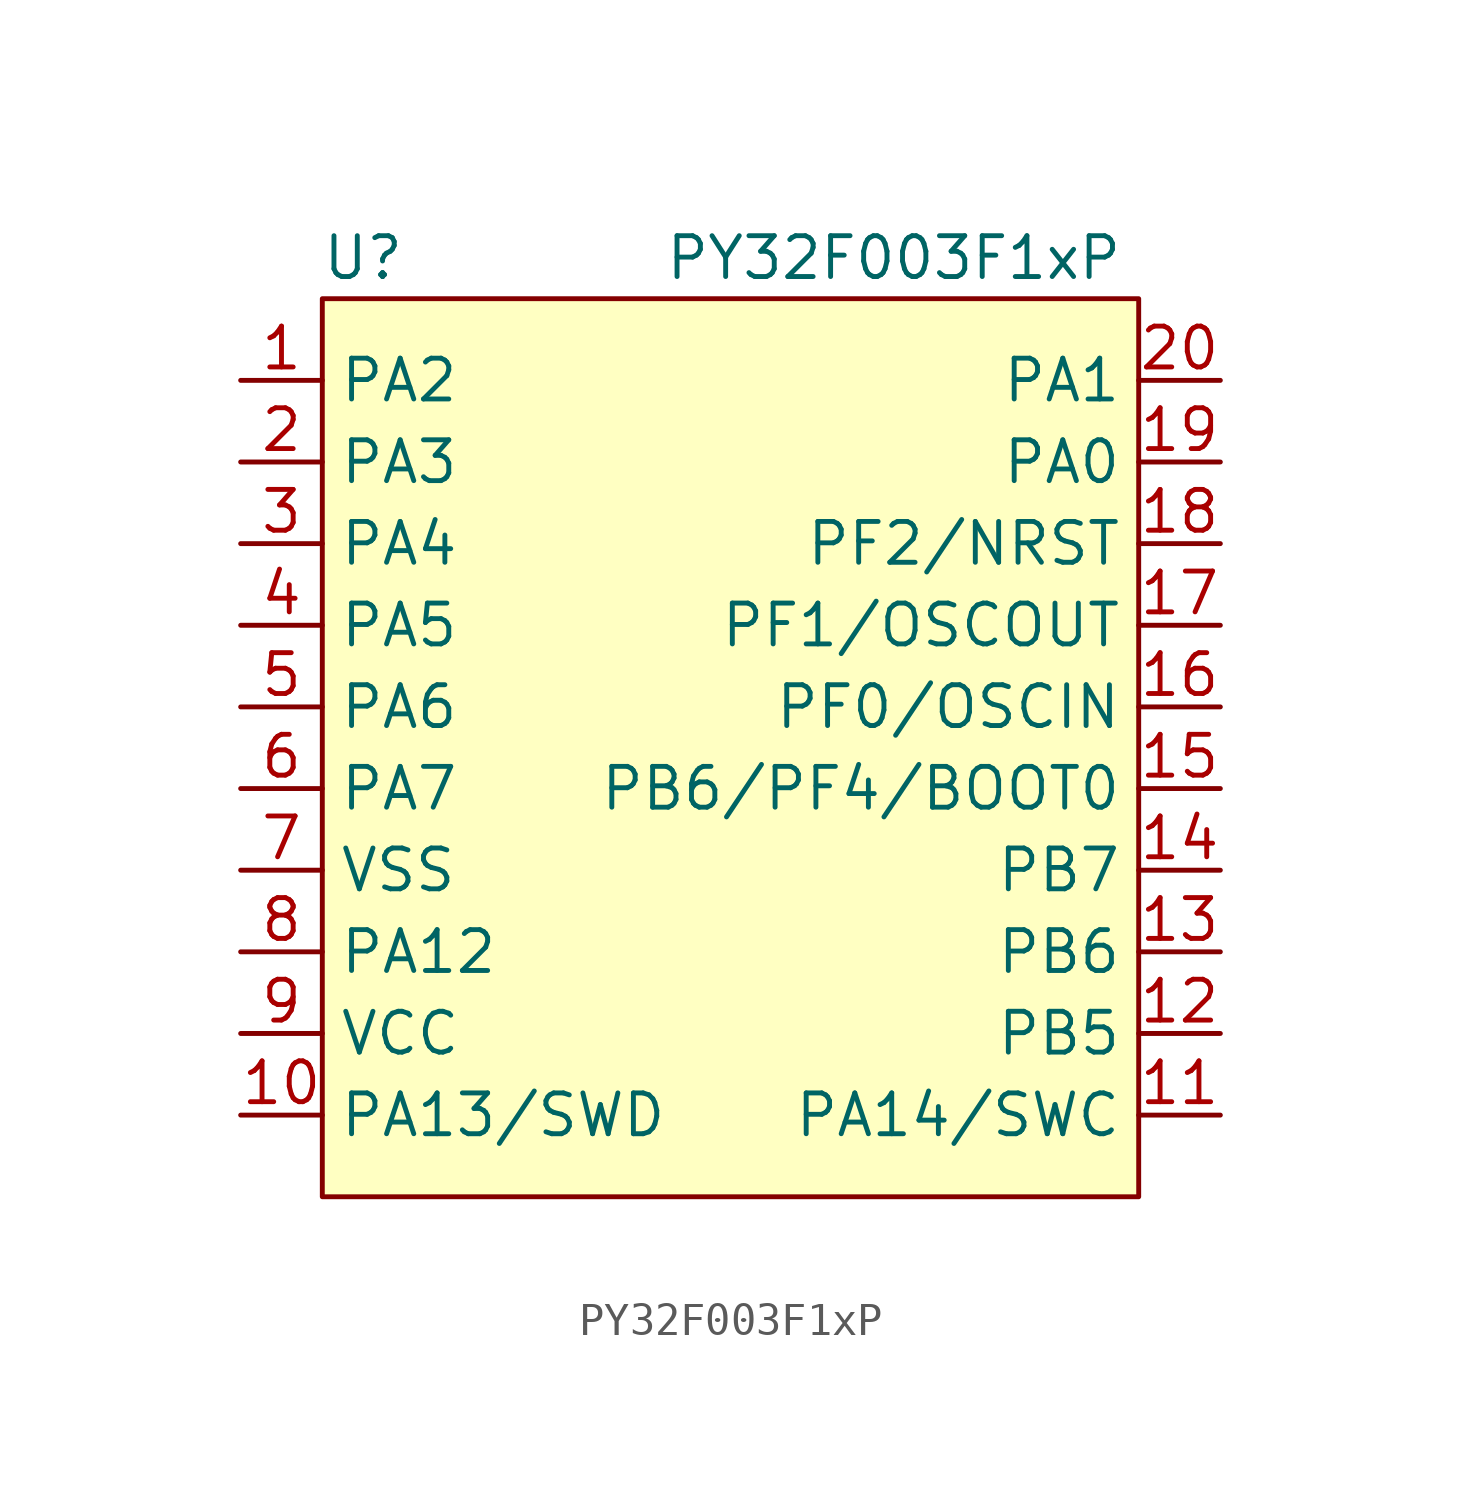
<source format=kicad_sym>
(kicad_symbol_lib
  (version 20220914)
  (generator kicad_symbol_editor)
  (symbol "PY32F003F1xP"
    (property "Reference" "U"
      (at -11.43 15.24 0)
      (effects (font (size 1.27 1.27))))
    (property "Value" "PY32F003F1xP"
      (at 5.08 15.24 0)
      (effects (font (size 1.27 1.27))))
    (symbol "PY32F003F1xP_1_1"
      (rectangle (start -12.7 13.97) (end 12.7 -13.97) (stroke (width 0) (type default)) (fill (type background)))
      (pin bidirectional line (at -15.24 11.43 0) (length 2.54) (name "PA2" (effects (font (size 1.27 1.27)))) (number "1" (effects (font (size 1.27 1.27)))))
      (pin bidirectional line (at -15.24 -11.43 0) (length 2.54) (name "PA13/SWD" (effects (font (size 1.27 1.27)))) (number "10" (effects (font (size 1.27 1.27)))))
      (pin bidirectional line (at 15.24 -11.43 180) (length 2.54) (name "PA14/SWC" (effects (font (size 1.27 1.27)))) (number "11" (effects (font (size 1.27 1.27)))))
      (pin bidirectional line (at 15.24 -8.89 180) (length 2.54) (name "PB5" (effects (font (size 1.27 1.27)))) (number "12" (effects (font (size 1.27 1.27)))))
      (pin bidirectional line (at 15.24 -6.35 180) (length 2.54) (name "PB6" (effects (font (size 1.27 1.27)))) (number "13" (effects (font (size 1.27 1.27)))))
      (pin bidirectional line (at 15.24 -3.81 180) (length 2.54) (name "PB7" (effects (font (size 1.27 1.27)))) (number "14" (effects (font (size 1.27 1.27)))))
      (pin bidirectional line (at 15.24 -1.27 180) (length 2.54) (name "PB6/PF4/BOOT0" (effects (font (size 1.27 1.27)))) (number "15" (effects (font (size 1.27 1.27)))))
      (pin bidirectional line (at 15.24 1.27 180) (length 2.54) (name "PF0/OSCIN" (effects (font (size 1.27 1.27)))) (number "16" (effects (font (size 1.27 1.27)))))
      (pin bidirectional line (at 15.24 3.81 180) (length 2.54) (name "PF1/OSCOUT" (effects (font (size 1.27 1.27)))) (number "17" (effects (font (size 1.27 1.27)))))
      (pin bidirectional line (at 15.24 6.35 180) (length 2.54) (name "PF2/NRST" (effects (font (size 1.27 1.27)))) (number "18" (effects (font (size 1.27 1.27)))))
      (pin bidirectional line (at 15.24 8.89 180) (length 2.54) (name "PA0" (effects (font (size 1.27 1.27)))) (number "19" (effects (font (size 1.27 1.27)))))
      (pin bidirectional line (at -15.24 8.89 0) (length 2.54) (name "PA3" (effects (font (size 1.27 1.27)))) (number "2" (effects (font (size 1.27 1.27)))))
      (pin bidirectional line (at 15.24 11.43 180) (length 2.54) (name "PA1" (effects (font (size 1.27 1.27)))) (number "20" (effects (font (size 1.27 1.27)))))
      (pin bidirectional line (at -15.24 6.35 0) (length 2.54) (name "PA4" (effects (font (size 1.27 1.27)))) (number "3" (effects (font (size 1.27 1.27)))))
      (pin bidirectional line (at -15.24 3.81 0) (length 2.54) (name "PA5" (effects (font (size 1.27 1.27)))) (number "4" (effects (font (size 1.27 1.27)))))
      (pin bidirectional line (at -15.24 1.27 0) (length 2.54) (name "PA6" (effects (font (size 1.27 1.27)))) (number "5" (effects (font (size 1.27 1.27)))))
      (pin bidirectional line (at -15.24 -1.27 0) (length 2.54) (name "PA7" (effects (font (size 1.27 1.27)))) (number "6" (effects (font (size 1.27 1.27)))))
      (pin power_in line (at -15.24 -3.81 0) (length 2.54) (name "VSS" (effects (font (size 1.27 1.27)))) (number "7" (effects (font (size 1.27 1.27)))))
      (pin bidirectional line (at -15.24 -6.35 0) (length 2.54) (name "PA12" (effects (font (size 1.27 1.27)))) (number "8" (effects (font (size 1.27 1.27)))))
      (pin power_in line (at -15.24 -8.89 0) (length 2.54) (name "VCC" (effects (font (size 1.27 1.27)))) (number "9" (effects (font (size 1.27 1.27))))))))
</source>
